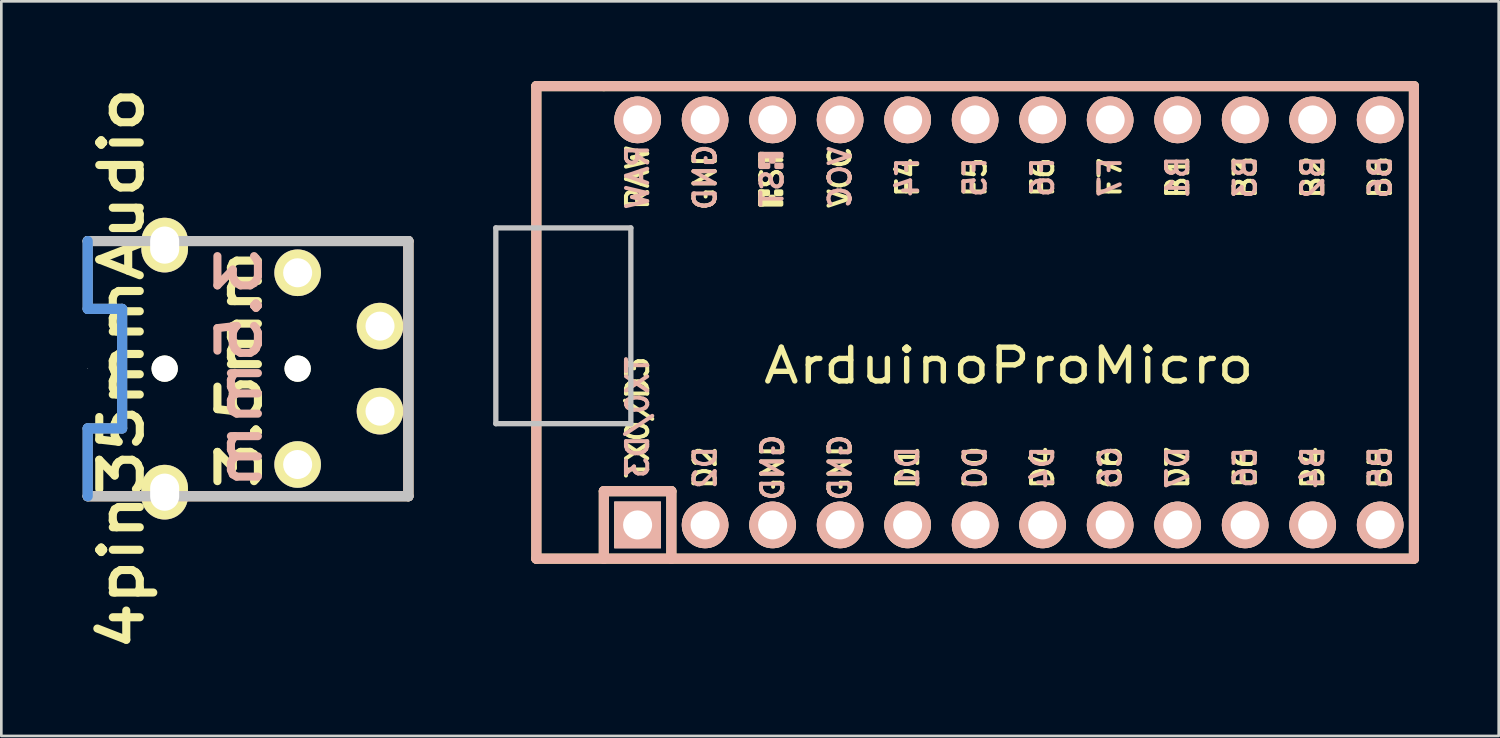
<source format=kicad_pcb>
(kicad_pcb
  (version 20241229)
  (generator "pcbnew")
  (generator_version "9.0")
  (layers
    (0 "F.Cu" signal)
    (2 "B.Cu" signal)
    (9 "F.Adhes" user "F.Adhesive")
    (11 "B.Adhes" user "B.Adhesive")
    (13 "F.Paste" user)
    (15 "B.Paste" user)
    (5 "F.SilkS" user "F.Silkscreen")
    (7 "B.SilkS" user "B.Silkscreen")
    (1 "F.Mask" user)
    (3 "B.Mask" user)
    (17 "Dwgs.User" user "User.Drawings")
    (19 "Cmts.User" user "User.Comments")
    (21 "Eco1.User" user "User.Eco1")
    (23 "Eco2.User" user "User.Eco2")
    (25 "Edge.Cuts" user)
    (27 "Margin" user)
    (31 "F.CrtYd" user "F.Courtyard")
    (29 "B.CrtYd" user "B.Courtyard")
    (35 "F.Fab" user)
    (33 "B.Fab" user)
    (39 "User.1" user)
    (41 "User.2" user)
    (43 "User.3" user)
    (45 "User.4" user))
  (footprint "ArduinoProMicro"
    (layer "F.Cu")
    (at 34.91 9.081)
    (property "Reference" "ArduinoProMicro" (at 0 1.625 0) (layer "F.SilkS") (effects (font (size 1.27 1.524) (thickness 0.203))))
    (attr through_hole)
    (fp_line (start -17.78 -8.89) (end -17.78 8.89) (stroke (width 0.381) (type solid)) (layer "F.SilkS"))
    (fp_line (start -17.78 8.89) (end -15.24 8.89) (stroke (width 0.381) (type solid)) (layer "F.SilkS"))
    (fp_line (start -15.24 -8.89) (end -17.78 -8.89) (stroke (width 0.381) (type solid)) (layer "F.SilkS"))
    (fp_line (start -15.24 6.35) (end -15.24 8.89) (stroke (width 0.381) (type solid)) (layer "F.SilkS"))
    (fp_line (start -15.24 6.35) (end -12.7 6.35) (stroke (width 0.381) (type solid)) (layer "F.SilkS"))
    (fp_line (start -15.24 8.89) (end 15.24 8.89) (stroke (width 0.381) (type solid)) (layer "F.SilkS"))
    (fp_line (start -12.7 6.35) (end -12.7 8.89) (stroke (width 0.381) (type solid)) (layer "F.SilkS"))
    (fp_line (start 15.24 -8.89) (end -15.24 -8.89) (stroke (width 0.381) (type solid)) (layer "F.SilkS"))
    (fp_line (start 15.24 8.89) (end 15.24 -8.89) (stroke (width 0.381) (type solid)) (layer "F.SilkS"))
    (fp_poly (pts (xy -9.361 -4.932) (xy -9.261 -4.932) (xy -9.261 -4.432) (xy -9.361 -4.432)) (stroke (width 0.15) (type solid)) (fill yes) (layer "F.SilkS"))
    (fp_poly (pts (xy -9.361 -4.932) (xy -9.061 -4.932) (xy -9.061 -4.832) (xy -9.361 -4.832)) (stroke (width 0.15) (type solid)) (fill yes) (layer "F.SilkS"))
    (fp_poly (pts (xy -9.361 -4.532) (xy -8.561 -4.532) (xy -8.561 -4.432) (xy -9.361 -4.432)) (stroke (width 0.15) (type solid)) (fill yes) (layer "F.SilkS"))
    (fp_poly (pts (xy -8.961 -4.732) (xy -8.861 -4.732) (xy -8.861 -4.632) (xy -8.961 -4.632)) (stroke (width 0.15) (type solid)) (fill yes) (layer "F.SilkS"))
    (fp_poly (pts (xy -8.761 -4.932) (xy -8.561 -4.932) (xy -8.561 -4.832) (xy -8.761 -4.832)) (stroke (width 0.15) (type solid)) (fill yes) (layer "F.SilkS"))
    (fp_line (start -17.78 -8.89) (end -17.78 8.89) (stroke (width 0.381) (type solid)) (layer "B.SilkS"))
    (fp_line (start -17.78 8.89) (end 15.24 8.89) (stroke (width 0.381) (type solid)) (layer "B.SilkS"))
    (fp_line (start -15.24 6.35) (end -15.24 8.89) (stroke (width 0.381) (type solid)) (layer "B.SilkS"))
    (fp_line (start -15.24 6.35) (end -12.7 6.35) (stroke (width 0.381) (type solid)) (layer "B.SilkS"))
    (fp_line (start -12.7 6.35) (end -12.7 8.89) (stroke (width 0.381) (type solid)) (layer "B.SilkS"))
    (fp_line (start 15.24 -8.89) (end -17.78 -8.89) (stroke (width 0.381) (type solid)) (layer "B.SilkS"))
    (fp_line (start 15.24 8.89) (end 15.24 -8.89) (stroke (width 0.381) (type solid)) (layer "B.SilkS"))
    (fp_poly (pts (xy -9.351 -6.245) (xy -8.551 -6.245) (xy -8.551 -6.345) (xy -9.351 -6.345)) (stroke (width 0.15) (type solid)) (fill yes) (layer "B.SilkS"))
    (fp_poly (pts (xy -9.351 -5.845) (xy -9.251 -5.845) (xy -9.251 -6.345) (xy -9.351 -6.345)) (stroke (width 0.15) (type solid)) (fill yes) (layer "B.SilkS"))
    (fp_poly (pts (xy -9.351 -5.845) (xy -9.051 -5.845) (xy -9.051 -5.945) (xy -9.351 -5.945)) (stroke (width 0.15) (type solid)) (fill yes) (layer "B.SilkS"))
    (fp_poly (pts (xy -8.951 -6.045) (xy -8.851 -6.045) (xy -8.851 -6.145) (xy -8.951 -6.145)) (stroke (width 0.15) (type solid)) (fill yes) (layer "B.SilkS"))
    (fp_poly (pts (xy -8.751 -5.845) (xy -8.551 -5.845) (xy -8.551 -5.945) (xy -8.751 -5.945)) (stroke (width 0.15) (type solid)) (fill yes) (layer "B.SilkS"))
    (fp_line (start -19.304 -3.556) (end -14.224 -3.556) (stroke (width 0.2) (type solid)) (layer "Dwgs.User"))
    (fp_line (start -19.304 3.81) (end -19.304 -3.556) (stroke (width 0.2) (type solid)) (layer "Dwgs.User"))
    (fp_line (start -14.224 -3.556) (end -14.224 3.81) (stroke (width 0.2) (type solid)) (layer "Dwgs.User"))
    (fp_line (start -14.224 3.81) (end -19.304 3.81) (stroke (width 0.2) (type solid)) (layer "Dwgs.User"))
    (fp_text user "B6" (at 13.97 -5.461 90) (layer "F.SilkS") (effects (font (size 0.8 0.8) (thickness 0.15))))
    (fp_text user "GND" (at -8.89 5.461 90) (layer "F.SilkS") (effects (font (size 0.8 0.8) (thickness 0.15))))
    (fp_text user "C6" (at 3.81 5.461 90) (layer "F.SilkS") (effects (font (size 0.8 0.8) (thickness 0.15))))
    (fp_text user "D2" (at -11.43 5.461 90) (layer "F.SilkS") (effects (font (size 0.8 0.8) (thickness 0.15))))
    (fp_text user "F4" (at -3.81 -5.461 90) (layer "F.SilkS") (effects (font (size 0.8 0.8) (thickness 0.15))))
    (fp_text user "GND" (at -11.43 -5.461 90) (layer "F.SilkS") (effects (font (size 0.8 0.8) (thickness 0.15))))
    (fp_text user "F6" (at 1.27 -5.461 90) (layer "F.SilkS") (effects (font (size 0.8 0.8) (thickness 0.15))))
    (fp_text user "ST" (at -8.92 -5.733 90) (layer "F.SilkS") (effects (font (size 0.8 0.8) (thickness 0.15))))
    (fp_text user "B1" (at 6.35 -5.461 90) (layer "F.SilkS") (effects (font (size 0.8 0.8) (thickness 0.15))))
    (fp_text user "B5" (at 13.97 5.461 90) (layer "F.SilkS") (effects (font (size 0.8 0.8) (thickness 0.15))))
    (fp_text user "GND" (at -6.35 5.461 90) (layer "F.SilkS") (effects (font (size 0.8 0.8) (thickness 0.15))))
    (fp_text user "F5" (at -1.27 -5.461 90) (layer "F.SilkS") (effects (font (size 0.8 0.8) (thickness 0.15))))
    (fp_text user "B4" (at 11.43 5.461 90) (layer "F.SilkS") (effects (font (size 0.8 0.8) (thickness 0.15))))
    (fp_text user "TX0/D3" (at -13.97 3.572 90) (layer "F.SilkS") (effects (font (size 0.8 0.8) (thickness 0.15))))
    (fp_text user "D1" (at -3.81 5.461 90) (layer "F.SilkS") (effects (font (size 0.8 0.8) (thickness 0.15))))
    (fp_text user "D7" (at 6.35 5.461 90) (layer "F.SilkS") (effects (font (size 0.8 0.8) (thickness 0.15))))
    (fp_text user "RAW" (at -13.97 -5.461 90) (layer "F.SilkS") (effects (font (size 0.8 0.8) (thickness 0.15))))
    (fp_text user "B3" (at 8.89 -5.461 90) (layer "F.SilkS") (effects (font (size 0.8 0.8) (thickness 0.15))))
    (fp_text user "D0" (at -1.27 5.461 90) (layer "F.SilkS") (effects (font (size 0.8 0.8) (thickness 0.15))))
    (fp_text user "VCC" (at -6.35 -5.461 90) (layer "F.SilkS") (effects (font (size 0.8 0.8) (thickness 0.15))))
    (fp_text user "B2" (at 11.43 -5.461 90) (layer "F.SilkS") (effects (font (size 0.8 0.8) (thickness 0.15))))
    (fp_text user "F7" (at 3.81 -5.461 90) (layer "F.SilkS") (effects (font (size 0.8 0.8) (thickness 0.15))))
    (fp_text user "E6" (at 8.89 5.461 90) (layer "F.SilkS") (effects (font (size 0.8 0.8) (thickness 0.15))))
    (fp_text user "D4" (at 1.27 5.461 90) (layer "F.SilkS") (effects (font (size 0.8 0.8) (thickness 0.15))))
    (fp_text user "GND" (at -11.43 -5.461 90) (layer "B.SilkS") (effects (font (size 0.8 0.8) (thickness 0.15)) (justify mirror)))
    (fp_text user "F5" (at -1.27 -5.461 90) (layer "B.SilkS") (effects (font (size 0.8 0.8) (thickness 0.15)) (justify mirror)))
    (fp_text user "B4" (at 11.43 5.461 90) (layer "B.SilkS") (effects (font (size 0.8 0.8) (thickness 0.15)) (justify mirror)))
    (fp_text user "D4" (at 1.27 5.461 90) (layer "B.SilkS") (effects (font (size 0.8 0.8) (thickness 0.15)) (justify mirror)))
    (fp_text user "D2" (at -11.43 5.461 90) (layer "B.SilkS") (effects (font (size 0.8 0.8) (thickness 0.15)) (justify mirror)))
    (fp_text user "E6" (at 8.89 5.461 90) (layer "B.SilkS") (effects (font (size 0.8 0.8) (thickness 0.15)) (justify mirror)))
    (fp_text user "B5" (at 13.97 5.461 90) (layer "B.SilkS") (effects (font (size 0.8 0.8) (thickness 0.15)) (justify mirror)))
    (fp_text user "B1" (at 6.35 -5.461 90) (layer "B.SilkS") (effects (font (size 0.8 0.8) (thickness 0.15)) (justify mirror)))
    (fp_text user "D0" (at -1.27 5.461 90) (layer "B.SilkS") (effects (font (size 0.8 0.8) (thickness 0.15)) (justify mirror)))
    (fp_text user "B3" (at 8.89 -5.461 90) (layer "B.SilkS") (effects (font (size 0.8 0.8) (thickness 0.15)) (justify mirror)))
    (fp_text user "B6" (at 13.97 -5.461 90) (layer "B.SilkS") (effects (font (size 0.8 0.8) (thickness 0.15)) (justify mirror)))
    (fp_text user "D1" (at -3.81 5.461 90) (layer "B.SilkS") (effects (font (size 0.8 0.8) (thickness 0.15)) (justify mirror)))
    (fp_text user "ST" (at -8.91 -5.04 90) (layer "B.SilkS") (effects (font (size 0.8 0.8) (thickness 0.15)) (justify mirror)))
    (fp_text user "F7" (at 3.81 -5.461 90) (layer "B.SilkS") (effects (font (size 0.8 0.8) (thickness 0.15)) (justify mirror)))
    (fp_text user "GND" (at -6.35 5.461 90) (layer "B.SilkS") (effects (font (size 0.8 0.8) (thickness 0.15)) (justify mirror)))
    (fp_text user "B2" (at 11.43 -5.461 90) (layer "B.SilkS") (effects (font (size 0.8 0.8) (thickness 0.15)) (justify mirror)))
    (fp_text user "D7" (at 6.35 5.461 90) (layer "B.SilkS") (effects (font (size 0.8 0.8) (thickness 0.15)) (justify mirror)))
    (fp_text user "VCC" (at -6.35 -5.461 90) (layer "B.SilkS") (effects (font (size 0.8 0.8) (thickness 0.15)) (justify mirror)))
    (fp_text user "TX0/D3" (at -13.97 3.572 90) (layer "B.SilkS") (effects (font (size 0.8 0.8) (thickness 0.15)) (justify mirror)))
    (fp_text user "RAW" (at -13.97 -5.461 90) (layer "B.SilkS") (effects (font (size 0.8 0.8) (thickness 0.15)) (justify mirror)))
    (fp_text user "GND" (at -8.89 5.461 90) (layer "B.SilkS") (effects (font (size 0.8 0.8) (thickness 0.15)) (justify mirror)))
    (fp_text user "F6" (at 1.27 -5.461 90) (layer "B.SilkS") (effects (font (size 0.8 0.8) (thickness 0.15)) (justify mirror)))
    (fp_text user "F4" (at -3.81 -5.461 90) (layer "B.SilkS") (effects (font (size 0.8 0.8) (thickness 0.15)) (justify mirror)))
    (fp_text user "C6" (at 3.81 5.461 90) (layer "B.SilkS") (effects (font (size 0.8 0.8) (thickness 0.15)) (justify mirror)))
    (pad "1" thru_hole rect (at -13.97 7.62) (size 1.753 1.753) (drill 1.092) (layers "*.Cu" "*.SilkS" "*.Mask"))
    (pad "2" thru_hole circle (at -11.43 7.62) (size 1.753 1.753) (drill 1.092) (layers "*.Cu" "*.SilkS" "*.Mask"))
    (pad "3" thru_hole circle (at -8.89 7.62) (size 1.753 1.753) (drill 1.092) (layers "*.Cu" "*.SilkS" "*.Mask"))
    (pad "4" thru_hole circle (at -6.35 7.62) (size 1.753 1.753) (drill 1.092) (layers "*.Cu" "*.SilkS" "*.Mask"))
    (pad "5" thru_hole circle (at -3.81 7.62) (size 1.753 1.753) (drill 1.092) (layers "*.Cu" "*.SilkS" "*.Mask"))
    (pad "6" thru_hole circle (at -1.27 7.62) (size 1.753 1.753) (drill 1.092) (layers "*.Cu" "*.SilkS" "*.Mask"))
    (pad "7" thru_hole circle (at 1.27 7.62) (size 1.753 1.753) (drill 1.092) (layers "*.Cu" "*.SilkS" "*.Mask"))
    (pad "8" thru_hole circle (at 3.81 7.62) (size 1.753 1.753) (drill 1.092) (layers "*.Cu" "*.SilkS" "*.Mask"))
    (pad "9" thru_hole circle (at 6.35 7.62) (size 1.753 1.753) (drill 1.092) (layers "*.Cu" "*.SilkS" "*.Mask"))
    (pad "10" thru_hole circle (at 8.89 7.62) (size 1.753 1.753) (drill 1.092) (layers "*.Cu" "*.SilkS" "*.Mask"))
    (pad "11" thru_hole circle (at 11.43 7.62) (size 1.753 1.753) (drill 1.092) (layers "*.Cu" "*.SilkS" "*.Mask"))
    (pad "12" thru_hole circle (at 13.97 7.62) (size 1.753 1.753) (drill 1.092) (layers "*.Cu" "*.SilkS" "*.Mask"))
    (pad "13" thru_hole circle (at 13.97 -7.62) (size 1.753 1.753) (drill 1.092) (layers "*.Cu" "*.SilkS" "*.Mask"))
    (pad "14" thru_hole circle (at 11.43 -7.62) (size 1.753 1.753) (drill 1.092) (layers "*.Cu" "*.SilkS" "*.Mask"))
    (pad "15" thru_hole circle (at 8.89 -7.62) (size 1.753 1.753) (drill 1.092) (layers "*.Cu" "*.SilkS" "*.Mask"))
    (pad "16" thru_hole circle (at 6.35 -7.62) (size 1.753 1.753) (drill 1.092) (layers "*.Cu" "*.SilkS" "*.Mask"))
    (pad "17" thru_hole circle (at 3.81 -7.62) (size 1.753 1.753) (drill 1.092) (layers "*.Cu" "*.SilkS" "*.Mask"))
    (pad "18" thru_hole circle (at 1.27 -7.62) (size 1.753 1.753) (drill 1.092) (layers "*.Cu" "*.SilkS" "*.Mask"))
    (pad "19" thru_hole circle (at -1.27 -7.62) (size 1.753 1.753) (drill 1.092) (layers "*.Cu" "*.SilkS" "*.Mask"))
    (pad "20" thru_hole circle (at -3.81 -7.62) (size 1.753 1.753) (drill 1.092) (layers "*.Cu" "*.SilkS" "*.Mask"))
    (pad "21" thru_hole circle (at -6.35 -7.62) (size 1.753 1.753) (drill 1.092) (layers "*.Cu" "*.SilkS" "*.Mask"))
    (pad "22" thru_hole circle (at -8.89 -7.62) (size 1.753 1.753) (drill 1.092) (layers "*.Cu" "*.SilkS" "*.Mask"))
    (pad "23" thru_hole circle (at -11.43 -7.62) (size 1.753 1.753) (drill 1.092) (layers "*.Cu" "*.SilkS" "*.Mask"))
    (pad "24" thru_hole circle (at -13.97 -7.62) (size 1.753 1.753) (drill 1.092) (layers "*.Cu" "*.SilkS" "*.Mask")))
  (footprint "4pin35mmAudio"
    (layer "F.Cu")
    (at 0.25 10.82)
    (property "Reference" "4pin35mmAudio" (at 1.27 0 90) (layer "F.SilkS") (effects (font (size 1.524 1.778) (thickness 0.305))))
    (attr through_hole)
    (fp_line (start 0 -4.801) (end 12.065 -4.801) (stroke (width 0.381) (type solid)) (layer "F.SilkS"))
    (fp_line (start 12.065 -4.801) (end 12.065 4.801) (stroke (width 0.381) (type solid)) (layer "F.SilkS"))
    (fp_line (start 12.065 4.801) (end 0 4.801) (stroke (width 0.381) (type solid)) (layer "F.SilkS"))
    (fp_line (start 0 -4.801) (end 12.065 -4.801) (stroke (width 0.381) (type solid)) (layer "B.SilkS"))
    (fp_line (start 12.065 -4.801) (end 12.065 4.801) (stroke (width 0.381) (type solid)) (layer "B.SilkS"))
    (fp_line (start 12.065 4.801) (end 0 4.801) (stroke (width 0.381) (type solid)) (layer "B.SilkS"))
    (fp_line (start 0 -4.801) (end 0 -2.248) (stroke (width 0.381) (type solid)) (layer "Dwgs.User"))
    (fp_line (start 0 -2.248) (end 1.295 -2.248) (stroke (width 0.381) (type solid)) (layer "Dwgs.User"))
    (fp_line (start 0 0) (end 0 0) (stroke (width 0.025) (type solid)) (layer "Dwgs.User"))
    (fp_line (start 0 2.248) (end 0 4.801) (stroke (width 0.381) (type solid)) (layer "Dwgs.User"))
    (fp_line (start 0 4.801) (end 12.065 4.801) (stroke (width 0.381) (type solid)) (layer "Dwgs.User"))
    (fp_line (start 1.295 -2.248) (end 1.295 2.248) (stroke (width 0.381) (type solid)) (layer "Dwgs.User"))
    (fp_line (start 1.295 2.248) (end 0 2.248) (stroke (width 0.381) (type solid)) (layer "Dwgs.User"))
    (fp_line (start 12.065 -4.801) (end 0 -4.801) (stroke (width 0.381) (type solid)) (layer "Dwgs.User"))
    (fp_line (start 12.065 4.801) (end 12.065 -4.801) (stroke (width 0.381) (type solid)) (layer "Dwgs.User"))
    (fp_line (start 0 -2.248) (end 0 -4.801) (stroke (width 0.381) (type solid)) (layer "Cmts.User"))
    (fp_line (start 0 -2.248) (end 1.295 -2.248) (stroke (width 0.381) (type solid)) (layer "Cmts.User"))
    (fp_line (start 0 4.801) (end 0 2.248) (stroke (width 0.381) (type solid)) (layer "Cmts.User"))
    (fp_line (start 1.295 -2.248) (end 1.295 2.248) (stroke (width 0.381) (type solid)) (layer "Cmts.User"))
    (fp_line (start 1.295 2.248) (end 0 2.248) (stroke (width 0.381) (type solid)) (layer "Cmts.User"))
    (fp_text user "3.5mm" (at 5.715 0 90) (layer "F.SilkS") (effects (font (size 1.524 1.778) (thickness 0.305))))
    (fp_text user "3.5mm" (at 5.715 0 90) (layer "B.SilkS") (effects (font (size 1.524 1.778) (thickness 0.305)) (justify mirror)))
    (pad "" np_thru_hole circle (at 2.896 0) (size 0.991 0.991) (drill 0.991) (layers "*.Cu" "*.Mask" "F.SilkS"))
    (pad "" np_thru_hole circle (at 7.899 0) (size 0.991 0.991) (drill 0.991) (layers "*.Cu" "*.Mask" "F.SilkS"))
    (pad "1" thru_hole oval (at 2.896 -4.648) (size 1.753 2.057) (drill oval 1.092 1.397) (layers "*.Cu" "*.Mask" "F.SilkS"))
    (pad "2" thru_hole circle (at 7.899 3.607) (size 1.753 1.753) (drill 1.092) (layers "*.Cu" "*.Mask" "F.SilkS"))
    (pad "3" thru_hole circle (at 10.998 -1.6) (size 1.753 1.753) (drill 1.092) (layers "*.Cu" "*.Mask" "F.SilkS"))
    (pad "4" thru_hole oval (at 2.896 4.648) (size 1.753 2.057) (drill oval 1.092 1.397) (layers "*.Cu" "*.Mask" "F.SilkS"))
    (pad "5" thru_hole circle (at 10.998 1.6) (size 1.753 1.753) (drill 1.092) (layers "*.Cu" "*.Mask" "F.SilkS"))
    (pad "6" thru_hole circle (at 7.899 -3.607) (size 1.753 1.753) (drill 1.092) (layers "*.Cu" "*.Mask" "F.SilkS")))
  (gr_rect
    (start -3 -3)
    (end 53.34 24.641)
    (stroke (width 0.1) (type default))
    (fill no)
    (layer "Edge.Cuts")))
</source>
